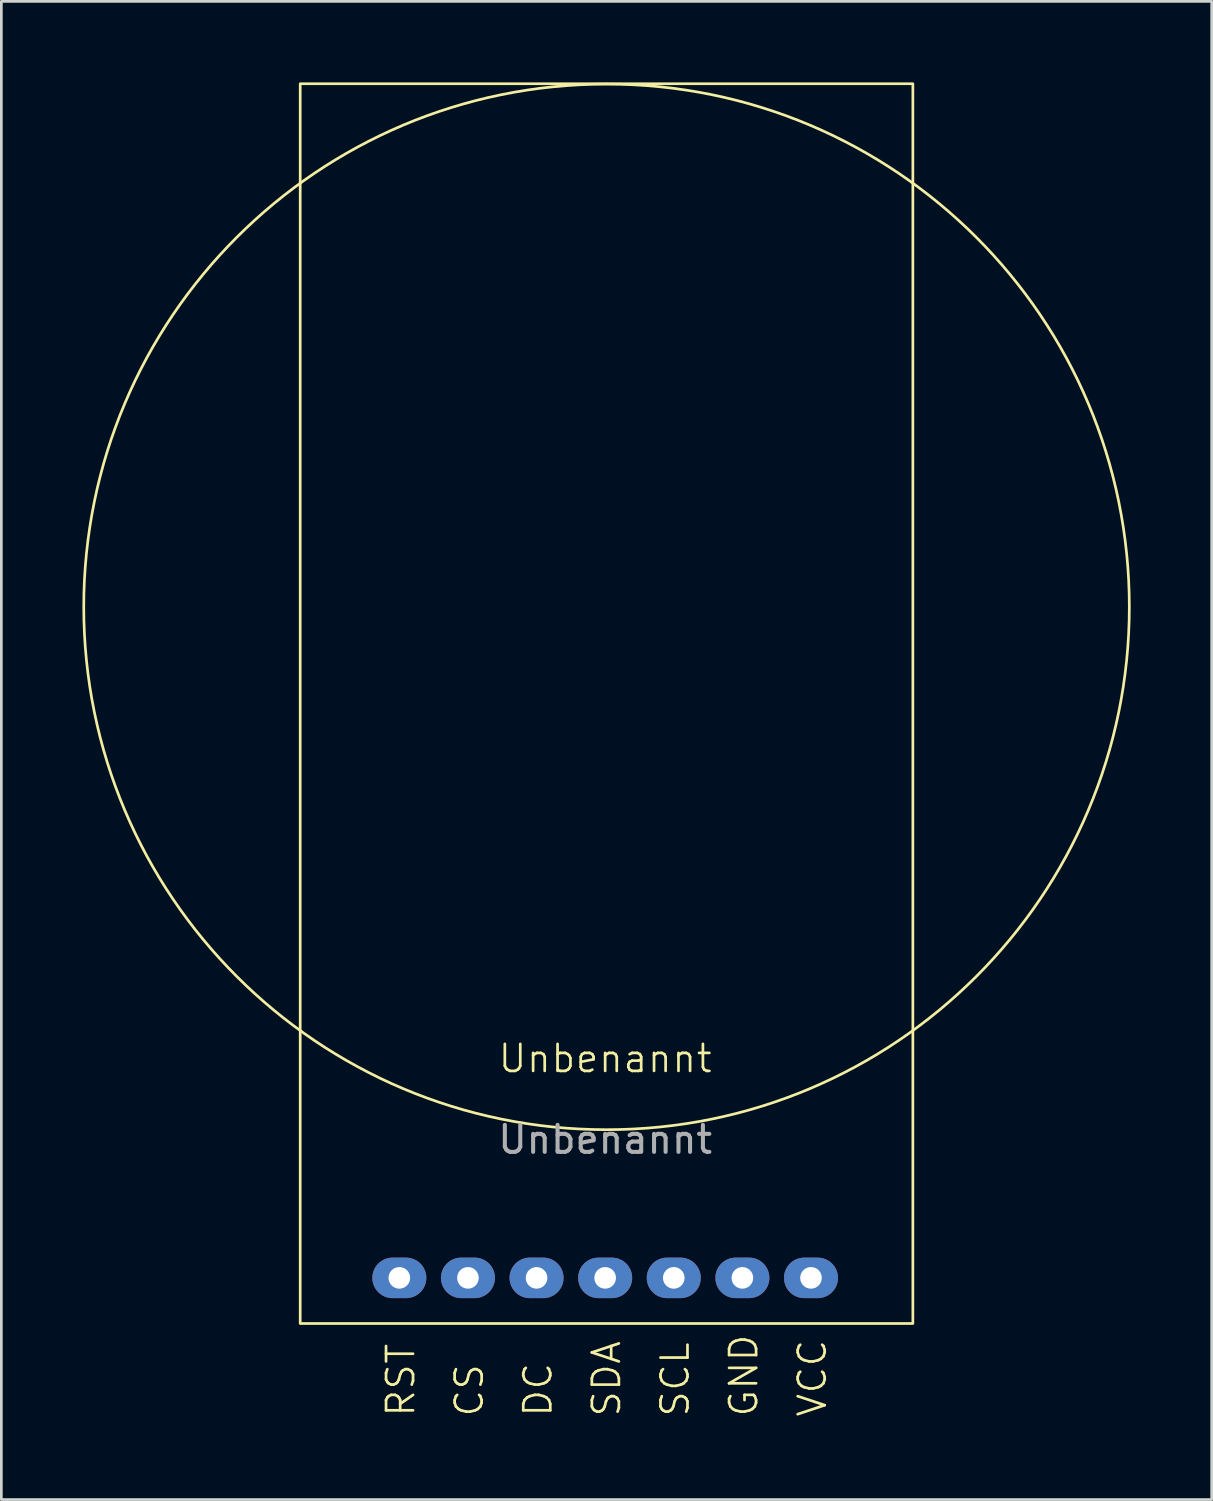
<source format=kicad_pcb>
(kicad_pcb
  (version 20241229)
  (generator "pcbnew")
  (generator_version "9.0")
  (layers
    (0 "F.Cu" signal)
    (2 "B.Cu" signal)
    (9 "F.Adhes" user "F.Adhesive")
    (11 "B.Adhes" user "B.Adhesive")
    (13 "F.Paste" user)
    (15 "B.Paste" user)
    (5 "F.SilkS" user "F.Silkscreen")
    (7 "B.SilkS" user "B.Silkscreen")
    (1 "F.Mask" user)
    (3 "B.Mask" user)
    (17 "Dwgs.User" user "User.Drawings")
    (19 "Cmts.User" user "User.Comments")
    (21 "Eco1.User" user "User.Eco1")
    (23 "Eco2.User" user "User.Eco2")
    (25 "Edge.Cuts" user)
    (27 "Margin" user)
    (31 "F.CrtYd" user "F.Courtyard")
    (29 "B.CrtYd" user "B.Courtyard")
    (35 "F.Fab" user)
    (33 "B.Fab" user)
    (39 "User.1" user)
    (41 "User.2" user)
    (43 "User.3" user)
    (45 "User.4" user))
  (footprint "Unbenannt"
    (layer "F.Cu")
    (at 19.354 36.639)
    (property "Reference" "Unbenannt" (at 0 -0.5 0) (unlocked yes) (layer "F.SilkS") (effects (font (size 1 1) (thickness 0.1))))
    (attr smd)
    (fp_rect (start -11.29 -36.589) (end 11.392 9.309) (stroke (width 0.1) (type default)) (fill no) (layer "F.SilkS"))
    (fp_circle (center 0.051 -17.221) (end 12.751 -2.616) (stroke (width 0.1) (type default)) (fill no) (layer "F.SilkS"))
    (fp_text user "SCL" (at 3.175 12.827 90) (unlocked yes) (layer "F.SilkS") (effects (font (size 1 1) (thickness 0.1)) (justify left bottom)))
    (fp_text user "GND" (at 5.715 12.827 90) (unlocked yes) (layer "F.SilkS") (effects (font (size 1 1) (thickness 0.1)) (justify left bottom)))
    (fp_text user "VCC" (at 8.255 12.827 90) (unlocked yes) (layer "F.SilkS") (effects (font (size 1 1) (thickness 0.1)) (justify left bottom)))
    (fp_text user "SDA" (at 0.635 12.827 90) (unlocked yes) (layer "F.SilkS") (effects (font (size 1 1) (thickness 0.1)) (justify left bottom)))
    (fp_text user "CS" (at -4.445 12.827 90) (unlocked yes) (layer "F.SilkS") (effects (font (size 1 1) (thickness 0.1)) (justify left bottom)))
    (fp_text user "RST" (at -6.985 12.827 90) (unlocked yes) (layer "F.SilkS") (effects (font (size 1 1) (thickness 0.1)) (justify left bottom)))
    (fp_text user "DC" (at -1.905 12.827 90) (unlocked yes) (layer "F.SilkS") (effects (font (size 1 1) (thickness 0.1)) (justify left bottom)))
    (fp_text user "${REFERENCE}" (at 0 2.5 0) (unlocked yes) (layer "F.Fab") (effects (font (size 1 1) (thickness 0.15))))
    (pad "1" thru_hole oval (at -7.62 7.62) (size 2 1.5) (drill 0.8) (layers "*.Cu" "*.Mask"))
    (pad "2" thru_hole oval (at -5.08 7.62) (size 2 1.5) (drill 0.8) (layers "*.Cu" "*.Mask"))
    (pad "3" thru_hole oval (at -2.54 7.62) (size 2 1.5) (drill 0.8) (layers "*.Cu" "*.Mask"))
    (pad "4" thru_hole oval (at 0 7.62) (size 2 1.5) (drill 0.8) (layers "*.Cu" "*.Mask"))
    (pad "5" thru_hole oval (at 2.54 7.62) (size 2 1.5) (drill 0.8) (layers "*.Cu" "*.Mask"))
    (pad "6" thru_hole oval (at 5.08 7.62) (size 2 1.5) (drill 0.8) (layers "*.Cu" "*.Mask"))
    (pad "7" thru_hole oval (at 7.62 7.62) (size 2 1.5) (drill 0.8) (layers "*.Cu" "*.Mask")))
  (gr_rect
    (start -3 -3)
    (end 41.809 52.466)
    (stroke (width 0.1) (type default))
    (fill no)
    (layer "Edge.Cuts")))
</source>
